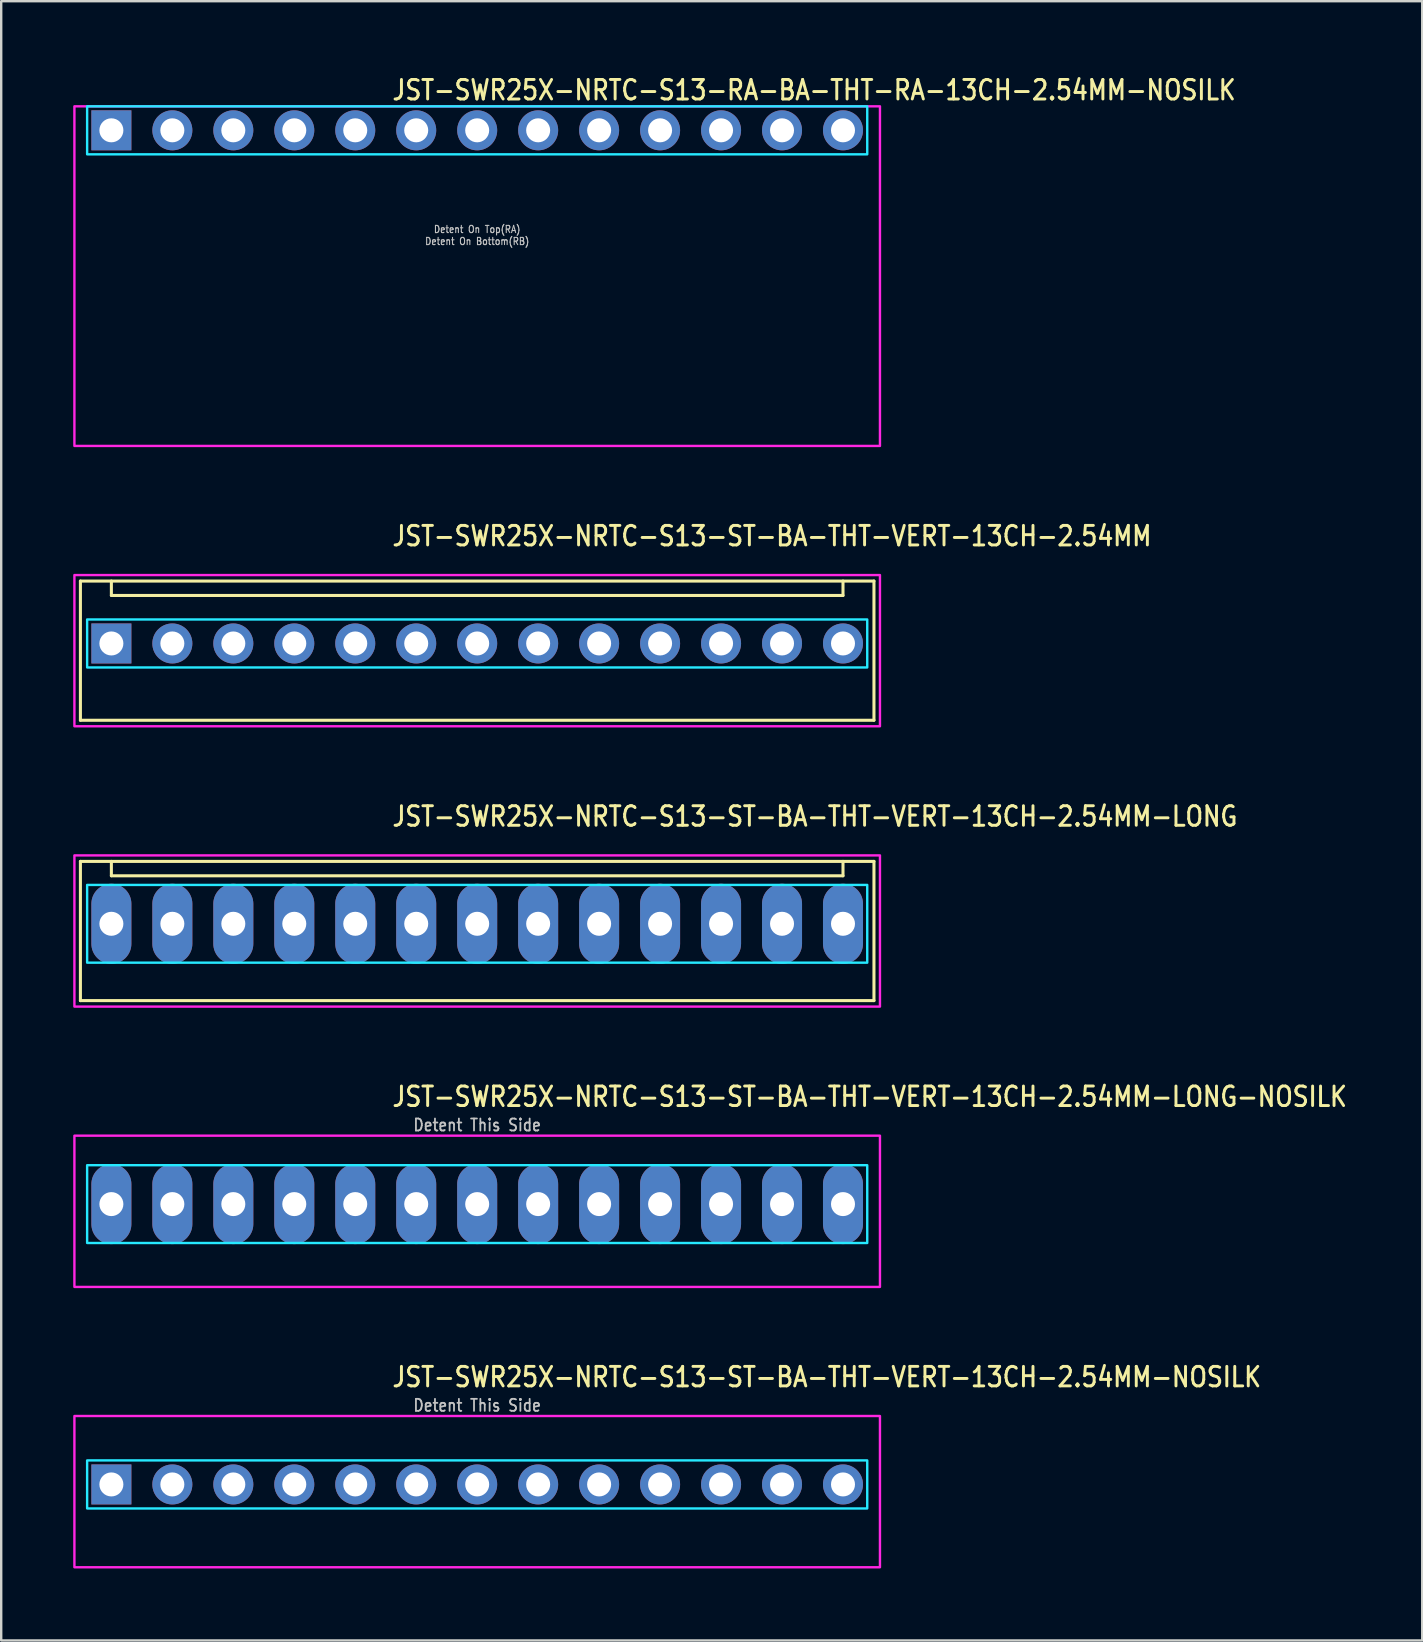
<source format=kicad_pcb>
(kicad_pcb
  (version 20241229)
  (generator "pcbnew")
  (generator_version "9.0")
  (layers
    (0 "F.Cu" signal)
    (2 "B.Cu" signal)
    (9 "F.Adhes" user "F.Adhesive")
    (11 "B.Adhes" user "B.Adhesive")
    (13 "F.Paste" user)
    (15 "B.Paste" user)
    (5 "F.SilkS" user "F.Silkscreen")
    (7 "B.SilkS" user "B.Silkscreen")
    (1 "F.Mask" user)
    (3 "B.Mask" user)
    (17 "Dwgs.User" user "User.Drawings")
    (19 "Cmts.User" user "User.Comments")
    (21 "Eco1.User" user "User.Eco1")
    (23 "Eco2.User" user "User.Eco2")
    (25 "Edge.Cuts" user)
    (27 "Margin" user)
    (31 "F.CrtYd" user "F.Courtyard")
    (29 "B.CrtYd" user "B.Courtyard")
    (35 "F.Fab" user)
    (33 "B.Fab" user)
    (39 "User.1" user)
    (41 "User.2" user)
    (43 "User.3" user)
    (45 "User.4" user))
  (footprint "JST-SWR25X-NRTC-S13-ST-BA-THT-VERT-13CH-2.54MM"
    (layer "F.Cu")
    (at 16.83 23.757)
    (property "Reference" "JST-SWR25X-NRTC-S13-ST-BA-THT-VERT-13CH-2.54MM" (at -3.6 -4 0) (unlocked yes) (layer "F.SilkS") (effects (font (size 0.813 0.695) (thickness 0.122)) (justify left bottom)))
    (fp_line (start -16.53 -2.6) (end 16.53 -2.6) (stroke (width 0.127) (type solid)) (layer "F.SilkS"))
    (fp_line (start -16.53 3.2) (end -16.53 -2.6) (stroke (width 0.127) (type solid)) (layer "F.SilkS"))
    (fp_line (start -16.53 3.2) (end 16.53 3.2) (stroke (width 0.127) (type solid)) (layer "F.SilkS"))
    (fp_line (start -15.24 -2.6) (end -15.24 -2) (stroke (width 0.127) (type solid)) (layer "F.SilkS"))
    (fp_line (start -15.24 -2) (end 15.24 -2) (stroke (width 0.127) (type solid)) (layer "F.SilkS"))
    (fp_line (start 15.24 -2.6) (end 15.24 -2) (stroke (width 0.127) (type solid)) (layer "F.SilkS"))
    (fp_line (start 16.53 -2.6) (end 16.53 3.2) (stroke (width 0.127) (type solid)) (layer "F.SilkS"))
    (fp_poly (pts (xy -16.25 -1) (xy -16.25 1) (xy 16.25 1) (xy 16.25 -1)) (stroke (width 0.1) (type solid)) (fill no) (layer "B.CrtYd"))
    (fp_poly (pts (xy -16.78 -2.85) (xy -16.78 3.45) (xy 16.78 3.45) (xy 16.78 -2.85)) (stroke (width 0.1) (type solid)) (fill no) (layer "F.CrtYd"))
    (pad "P$1" thru_hole rect (at -15.24 0) (size 1.667 1.667) (drill 1) (layers "*.Cu" "*.Mask"))
    (pad "P$2" thru_hole oval (at -12.7 0) (size 1.667 1.667) (drill 1) (layers "*.Cu" "*.Mask"))
    (pad "P$3" thru_hole oval (at -10.16 0) (size 1.667 1.667) (drill 1) (layers "*.Cu" "*.Mask"))
    (pad "P$4" thru_hole oval (at -7.62 0) (size 1.667 1.667) (drill 1) (layers "*.Cu" "*.Mask"))
    (pad "P$5" thru_hole oval (at -5.08 0) (size 1.667 1.667) (drill 1) (layers "*.Cu" "*.Mask"))
    (pad "P$6" thru_hole oval (at -2.54 0) (size 1.667 1.667) (drill 1) (layers "*.Cu" "*.Mask"))
    (pad "P$7" thru_hole oval (at 0 0) (size 1.667 1.667) (drill 1) (layers "*.Cu" "*.Mask"))
    (pad "P$8" thru_hole oval (at 2.54 0) (size 1.667 1.667) (drill 1) (layers "*.Cu" "*.Mask"))
    (pad "P$9" thru_hole oval (at 5.08 0) (size 1.667 1.667) (drill 1) (layers "*.Cu" "*.Mask"))
    (pad "P$10" thru_hole oval (at 7.62 0) (size 1.667 1.667) (drill 1) (layers "*.Cu" "*.Mask"))
    (pad "P$11" thru_hole oval (at 10.16 0) (size 1.667 1.667) (drill 1) (layers "*.Cu" "*.Mask"))
    (pad "P$12" thru_hole oval (at 12.7 0) (size 1.667 1.667) (drill 1) (layers "*.Cu" "*.Mask"))
    (pad "P$13" thru_hole oval (at 15.24 0) (size 1.667 1.667) (drill 1) (layers "*.Cu" "*.Mask")))
  (footprint "JST-SWR25X-NRTC-S13-RA-BA-THT-RA-13CH-2.54MM-NOSILK"
    (layer "F.Cu")
    (at 16.83 2.379)
    (property "Reference" "JST-SWR25X-NRTC-S13-RA-BA-THT-RA-13CH-2.54MM-NOSILK" (at -3.6 -1.2 0) (unlocked yes) (layer "F.SilkS") (effects (font (size 0.813 0.695) (thickness 0.122)) (justify left bottom)))
    (fp_poly (pts (xy -16.25 -1) (xy -16.25 1) (xy 16.25 1) (xy 16.25 -1)) (stroke (width 0.1) (type solid)) (fill no) (layer "B.CrtYd"))
    (fp_poly (pts (xy -16.78 -1) (xy -16.78 13.15) (xy 16.78 13.15) (xy 16.78 -1)) (stroke (width 0.1) (type solid)) (fill no) (layer "F.CrtYd"))
    (fp_text user "Detent On Bottom(RB)" (at 0 4.8 0) (unlocked yes) (layer "Dwgs.User") (effects (font (size 0.3 0.257) (thickness 0.045)) (justify bottom)))
    (fp_text user "Detent On Top(RA)" (at 0 4.3 0) (unlocked yes) (layer "Dwgs.User") (effects (font (size 0.3 0.257) (thickness 0.045)) (justify bottom)))
    (pad "P$1" thru_hole rect (at -15.24 0) (size 1.667 1.667) (drill 1) (layers "*.Cu" "*.Mask"))
    (pad "P$2" thru_hole oval (at -12.7 0) (size 1.667 1.667) (drill 1) (layers "*.Cu" "*.Mask"))
    (pad "P$3" thru_hole oval (at -10.16 0) (size 1.667 1.667) (drill 1) (layers "*.Cu" "*.Mask"))
    (pad "P$4" thru_hole oval (at -7.62 0) (size 1.667 1.667) (drill 1) (layers "*.Cu" "*.Mask"))
    (pad "P$5" thru_hole oval (at -5.08 0) (size 1.667 1.667) (drill 1) (layers "*.Cu" "*.Mask"))
    (pad "P$6" thru_hole oval (at -2.54 0) (size 1.667 1.667) (drill 1) (layers "*.Cu" "*.Mask"))
    (pad "P$7" thru_hole oval (at 0 0) (size 1.667 1.667) (drill 1) (layers "*.Cu" "*.Mask"))
    (pad "P$8" thru_hole oval (at 2.54 0) (size 1.667 1.667) (drill 1) (layers "*.Cu" "*.Mask"))
    (pad "P$9" thru_hole oval (at 5.08 0) (size 1.667 1.667) (drill 1) (layers "*.Cu" "*.Mask"))
    (pad "P$10" thru_hole oval (at 7.62 0) (size 1.667 1.667) (drill 1) (layers "*.Cu" "*.Mask"))
    (pad "P$11" thru_hole oval (at 10.16 0) (size 1.667 1.667) (drill 1) (layers "*.Cu" "*.Mask"))
    (pad "P$12" thru_hole oval (at 12.7 0) (size 1.667 1.667) (drill 1) (layers "*.Cu" "*.Mask"))
    (pad "P$13" thru_hole oval (at 15.24 0) (size 1.667 1.667) (drill 1) (layers "*.Cu" "*.Mask")))
  (footprint "JST-SWR25X-NRTC-S13-ST-BA-THT-VERT-13CH-2.54MM-LONG"
    (layer "F.Cu")
    (at 16.83 35.436)
    (property "Reference" "JST-SWR25X-NRTC-S13-ST-BA-THT-VERT-13CH-2.54MM-LONG" (at -3.6 -4 0) (unlocked yes) (layer "F.SilkS") (effects (font (size 0.813 0.695) (thickness 0.122)) (justify left bottom)))
    (fp_line (start -16.53 -2.6) (end 16.53 -2.6) (stroke (width 0.127) (type solid)) (layer "F.SilkS"))
    (fp_line (start -16.53 3.2) (end -16.53 -2.6) (stroke (width 0.127) (type solid)) (layer "F.SilkS"))
    (fp_line (start -16.53 3.2) (end 16.53 3.2) (stroke (width 0.127) (type solid)) (layer "F.SilkS"))
    (fp_line (start -15.24 -2.6) (end -15.24 -2) (stroke (width 0.127) (type solid)) (layer "F.SilkS"))
    (fp_line (start -15.24 -2) (end 15.24 -2) (stroke (width 0.127) (type solid)) (layer "F.SilkS"))
    (fp_line (start 15.24 -2.6) (end 15.24 -2) (stroke (width 0.127) (type solid)) (layer "F.SilkS"))
    (fp_line (start 16.53 -2.6) (end 16.53 3.2) (stroke (width 0.127) (type solid)) (layer "F.SilkS"))
    (fp_poly (pts (xy -16.25 -1.62) (xy -16.25 1.62) (xy 16.25 1.62) (xy 16.25 -1.62)) (stroke (width 0.1) (type solid)) (fill no) (layer "B.CrtYd"))
    (fp_poly (pts (xy -16.78 -2.85) (xy -16.78 3.45) (xy 16.78 3.45) (xy 16.78 -2.85)) (stroke (width 0.1) (type solid)) (fill no) (layer "F.CrtYd"))
    (pad "P$1" thru_hole oval (at -15.24 0 90) (size 3.333 1.667) (drill 1) (layers "*.Cu" "*.Mask"))
    (pad "P$2" thru_hole oval (at -12.7 0 90) (size 3.333 1.667) (drill 1) (layers "*.Cu" "*.Mask"))
    (pad "P$3" thru_hole oval (at -10.16 0 90) (size 3.333 1.667) (drill 1) (layers "*.Cu" "*.Mask"))
    (pad "P$4" thru_hole oval (at -7.62 0 90) (size 3.333 1.667) (drill 1) (layers "*.Cu" "*.Mask"))
    (pad "P$5" thru_hole oval (at -5.08 0 90) (size 3.333 1.667) (drill 1) (layers "*.Cu" "*.Mask"))
    (pad "P$6" thru_hole oval (at -2.54 0 90) (size 3.333 1.667) (drill 1) (layers "*.Cu" "*.Mask"))
    (pad "P$7" thru_hole oval (at 0 0 90) (size 3.333 1.667) (drill 1) (layers "*.Cu" "*.Mask"))
    (pad "P$8" thru_hole oval (at 2.54 0 90) (size 3.333 1.667) (drill 1) (layers "*.Cu" "*.Mask"))
    (pad "P$9" thru_hole oval (at 5.08 0 90) (size 3.333 1.667) (drill 1) (layers "*.Cu" "*.Mask"))
    (pad "P$10" thru_hole oval (at 7.62 0 90) (size 3.333 1.667) (drill 1) (layers "*.Cu" "*.Mask"))
    (pad "P$11" thru_hole oval (at 10.16 0 90) (size 3.333 1.667) (drill 1) (layers "*.Cu" "*.Mask"))
    (pad "P$12" thru_hole oval (at 12.7 0 90) (size 3.333 1.667) (drill 1) (layers "*.Cu" "*.Mask"))
    (pad "P$13" thru_hole oval (at 15.24 0 90) (size 3.333 1.667) (drill 1) (layers "*.Cu" "*.Mask")))
  (footprint "JST-SWR25X-NRTC-S13-ST-BA-THT-VERT-13CH-2.54MM-NOSILK"
    (layer "F.Cu")
    (at 16.83 58.793)
    (property "Reference" "JST-SWR25X-NRTC-S13-ST-BA-THT-VERT-13CH-2.54MM-NOSILK" (at -3.6 -4 0) (unlocked yes) (layer "F.SilkS") (effects (font (size 0.813 0.695) (thickness 0.122)) (justify left bottom)))
    (fp_poly (pts (xy -16.25 -1) (xy -16.25 1) (xy 16.25 1) (xy 16.25 -1)) (stroke (width 0.1) (type solid)) (fill no) (layer "B.CrtYd"))
    (fp_poly (pts (xy -16.78 -2.85) (xy -16.78 3.45) (xy 16.78 3.45) (xy 16.78 -2.85)) (stroke (width 0.1) (type solid)) (fill no) (layer "F.CrtYd"))
    (fp_text user "Detent This Side" (at 0 -3 0) (unlocked yes) (layer "Dwgs.User") (effects (font (size 0.5 0.427) (thickness 0.075)) (justify bottom)))
    (pad "P$1" thru_hole rect (at -15.24 0) (size 1.667 1.667) (drill 1) (layers "*.Cu" "*.Mask"))
    (pad "P$2" thru_hole oval (at -12.7 0) (size 1.667 1.667) (drill 1) (layers "*.Cu" "*.Mask"))
    (pad "P$3" thru_hole oval (at -10.16 0) (size 1.667 1.667) (drill 1) (layers "*.Cu" "*.Mask"))
    (pad "P$4" thru_hole oval (at -7.62 0) (size 1.667 1.667) (drill 1) (layers "*.Cu" "*.Mask"))
    (pad "P$5" thru_hole oval (at -5.08 0) (size 1.667 1.667) (drill 1) (layers "*.Cu" "*.Mask"))
    (pad "P$6" thru_hole oval (at -2.54 0) (size 1.667 1.667) (drill 1) (layers "*.Cu" "*.Mask"))
    (pad "P$7" thru_hole oval (at 0 0) (size 1.667 1.667) (drill 1) (layers "*.Cu" "*.Mask"))
    (pad "P$8" thru_hole oval (at 2.54 0) (size 1.667 1.667) (drill 1) (layers "*.Cu" "*.Mask"))
    (pad "P$9" thru_hole oval (at 5.08 0) (size 1.667 1.667) (drill 1) (layers "*.Cu" "*.Mask"))
    (pad "P$10" thru_hole oval (at 7.62 0) (size 1.667 1.667) (drill 1) (layers "*.Cu" "*.Mask"))
    (pad "P$11" thru_hole oval (at 10.16 0) (size 1.667 1.667) (drill 1) (layers "*.Cu" "*.Mask"))
    (pad "P$12" thru_hole oval (at 12.7 0) (size 1.667 1.667) (drill 1) (layers "*.Cu" "*.Mask"))
    (pad "P$13" thru_hole oval (at 15.24 0) (size 1.667 1.667) (drill 1) (layers "*.Cu" "*.Mask")))
  (footprint "JST-SWR25X-NRTC-S13-ST-BA-THT-VERT-13CH-2.54MM-LONG-NOSILK"
    (layer "F.Cu")
    (at 16.83 47.114)
    (property "Reference" "JST-SWR25X-NRTC-S13-ST-BA-THT-VERT-13CH-2.54MM-LONG-NOSILK" (at -3.6 -4 0) (unlocked yes) (layer "F.SilkS") (effects (font (size 0.813 0.695) (thickness 0.122)) (justify left bottom)))
    (fp_poly (pts (xy -16.25 -1.62) (xy -16.25 1.62) (xy 16.25 1.62) (xy 16.25 -1.62)) (stroke (width 0.1) (type solid)) (fill no) (layer "B.CrtYd"))
    (fp_poly (pts (xy -16.78 -2.85) (xy -16.78 3.45) (xy 16.78 3.45) (xy 16.78 -2.85)) (stroke (width 0.1) (type solid)) (fill no) (layer "F.CrtYd"))
    (fp_text user "Detent This Side" (at 0 -3 0) (unlocked yes) (layer "Dwgs.User") (effects (font (size 0.5 0.427) (thickness 0.075)) (justify bottom)))
    (pad "P$1" thru_hole oval (at -15.24 0 90) (size 3.333 1.667) (drill 1) (layers "*.Cu" "*.Mask"))
    (pad "P$2" thru_hole oval (at -12.7 0 90) (size 3.333 1.667) (drill 1) (layers "*.Cu" "*.Mask"))
    (pad "P$3" thru_hole oval (at -10.16 0 90) (size 3.333 1.667) (drill 1) (layers "*.Cu" "*.Mask"))
    (pad "P$4" thru_hole oval (at -7.62 0 90) (size 3.333 1.667) (drill 1) (layers "*.Cu" "*.Mask"))
    (pad "P$5" thru_hole oval (at -5.08 0 90) (size 3.333 1.667) (drill 1) (layers "*.Cu" "*.Mask"))
    (pad "P$6" thru_hole oval (at -2.54 0 90) (size 3.333 1.667) (drill 1) (layers "*.Cu" "*.Mask"))
    (pad "P$7" thru_hole oval (at 0 0 90) (size 3.333 1.667) (drill 1) (layers "*.Cu" "*.Mask"))
    (pad "P$8" thru_hole oval (at 2.54 0 90) (size 3.333 1.667) (drill 1) (layers "*.Cu" "*.Mask"))
    (pad "P$9" thru_hole oval (at 5.08 0 90) (size 3.333 1.667) (drill 1) (layers "*.Cu" "*.Mask"))
    (pad "P$10" thru_hole oval (at 7.62 0 90) (size 3.333 1.667) (drill 1) (layers "*.Cu" "*.Mask"))
    (pad "P$11" thru_hole oval (at 10.16 0 90) (size 3.333 1.667) (drill 1) (layers "*.Cu" "*.Mask"))
    (pad "P$12" thru_hole oval (at 12.7 0 90) (size 3.333 1.667) (drill 1) (layers "*.Cu" "*.Mask"))
    (pad "P$13" thru_hole oval (at 15.24 0 90) (size 3.333 1.667) (drill 1) (layers "*.Cu" "*.Mask")))
  (gr_rect
    (start -3 -3)
    (end 56.201 65.293)
    (stroke (width 0.1) (type default))
    (fill no)
    (layer "Edge.Cuts")))
</source>
